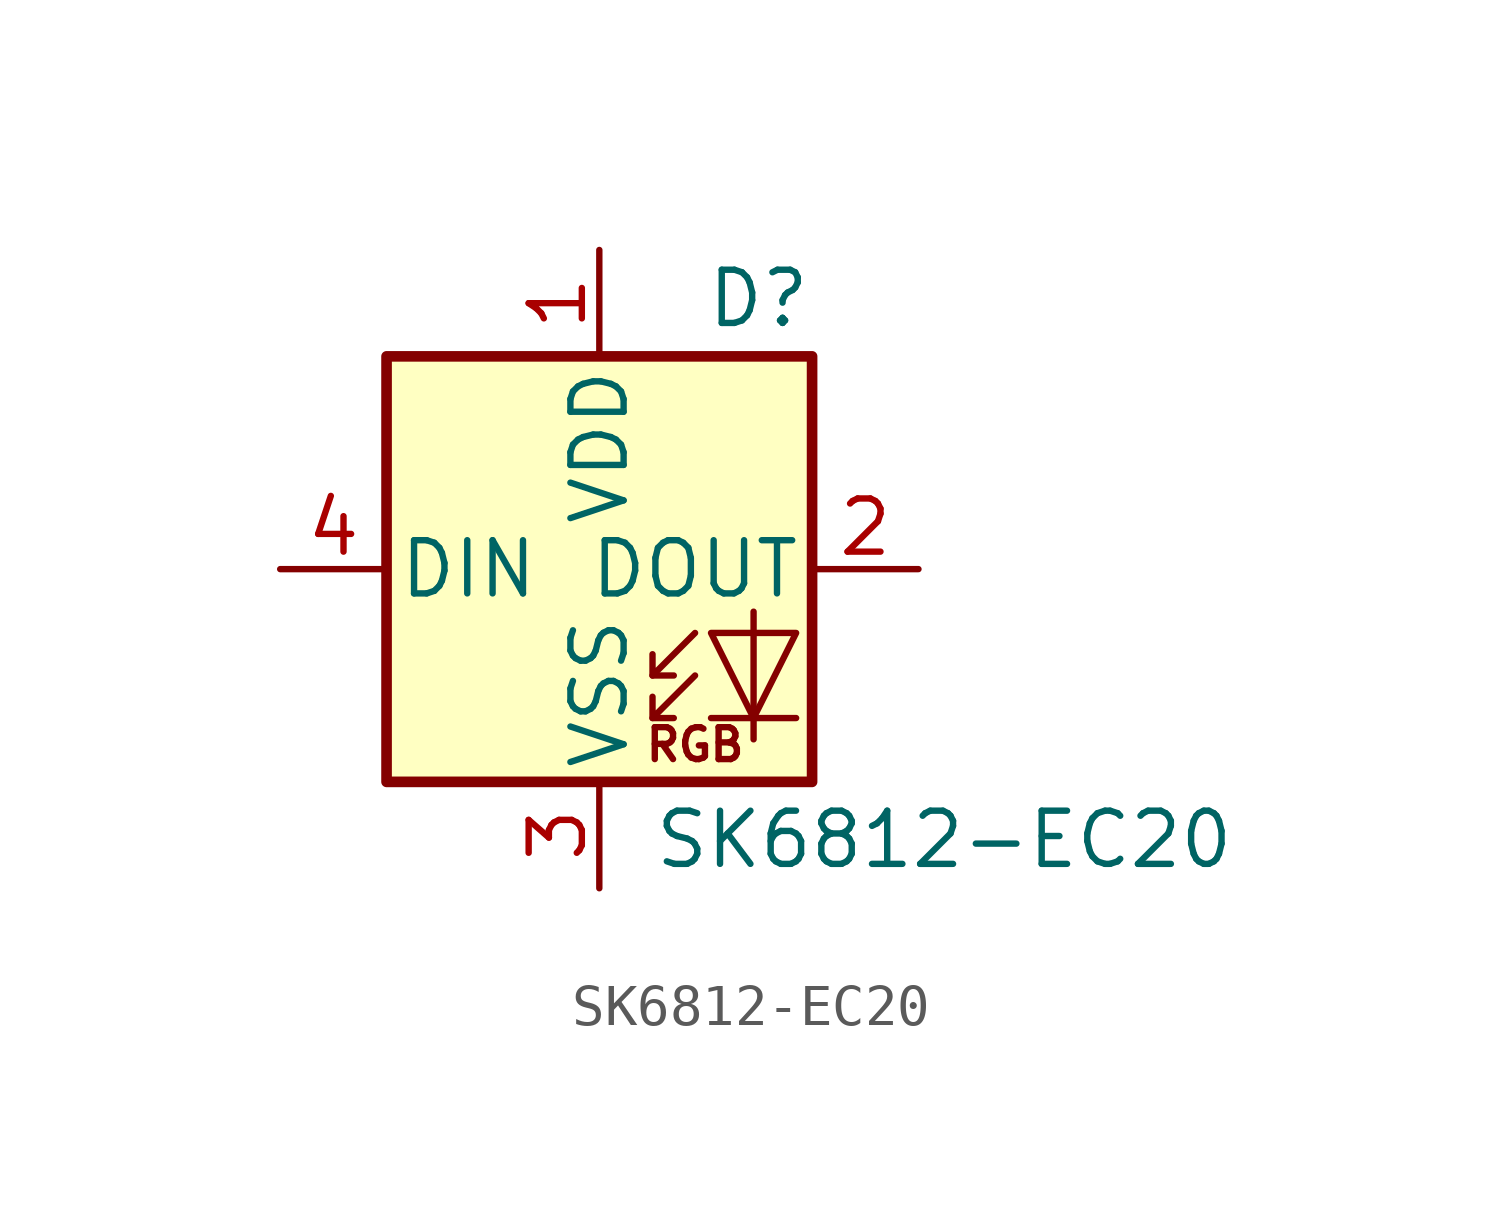
<source format=kicad_sym>
(kicad_symbol_lib
  (version 20231120)
  (generator "kicad_symbol_editor")
  (generator_version "8.0")
  (symbol "SK6812-EC20"
    (pin_names
      (offset 0.254))
    (property "Reference" "D"
      (at 5.08 5.715 0)
      (effects (font (size 1.27 1.27)) (justify right bottom)))
    (property "Value" "SK6812-EC20"
      (at 1.27 -5.715 0)
      (effects (font (size 1.27 1.27)) (justify left top)))
    (symbol "SK6812-EC20_0_0"
      (text "RGB" (at 2.286 -4.191 0) (effects (font (size 0.762 0.762)))))
    (symbol "SK6812-EC20_0_1"
      (polyline (pts (xy 1.27 -3.556) (xy 1.778 -3.556)) (stroke (width 0) (type default)) (fill (type none)))
      (polyline (pts (xy 1.27 -2.54) (xy 1.778 -2.54)) (stroke (width 0) (type default)) (fill (type none)))
      (polyline (pts (xy 4.699 -3.556) (xy 2.667 -3.556)) (stroke (width 0) (type default)) (fill (type none)))
      (polyline (pts (xy 2.286 -2.54) (xy 1.27 -3.556) (xy 1.27 -3.048)) (stroke (width 0) (type default)) (fill (type none)))
      (polyline (pts (xy 2.286 -1.524) (xy 1.27 -2.54) (xy 1.27 -2.032)) (stroke (width 0) (type default)) (fill (type none)))
      (polyline (pts (xy 3.683 -1.016) (xy 3.683 -3.556) (xy 3.683 -4.064)) (stroke (width 0) (type default)) (fill (type none)))
      (polyline (pts (xy 4.699 -1.524) (xy 2.667 -1.524) (xy 3.683 -3.556) (xy 4.699 -1.524)) (stroke (width 0) (type default)) (fill (type none)))
      (rectangle (start 5.08 5.08) (end -5.08 -5.08) (stroke (width 0.254) (type default)) (fill (type background))))
    (symbol "SK6812-EC20_1_1"
      (pin power_in line (at 0 7.62 270) (length 2.54) (name "VDD" (effects (font (size 1.27 1.27)))) (number "1" (effects (font (size 1.27 1.27)))))
      (pin output line (at 7.62 0 180) (length 2.54) (name "DOUT" (effects (font (size 1.27 1.27)))) (number "2" (effects (font (size 1.27 1.27)))))
      (pin power_in line (at 0 -7.62 90) (length 2.54) (name "VSS" (effects (font (size 1.27 1.27)))) (number "3" (effects (font (size 1.27 1.27)))))
      (pin input line (at -7.62 0 0) (length 2.54) (name "DIN" (effects (font (size 1.27 1.27)))) (number "4" (effects (font (size 1.27 1.27))))))))
</source>
